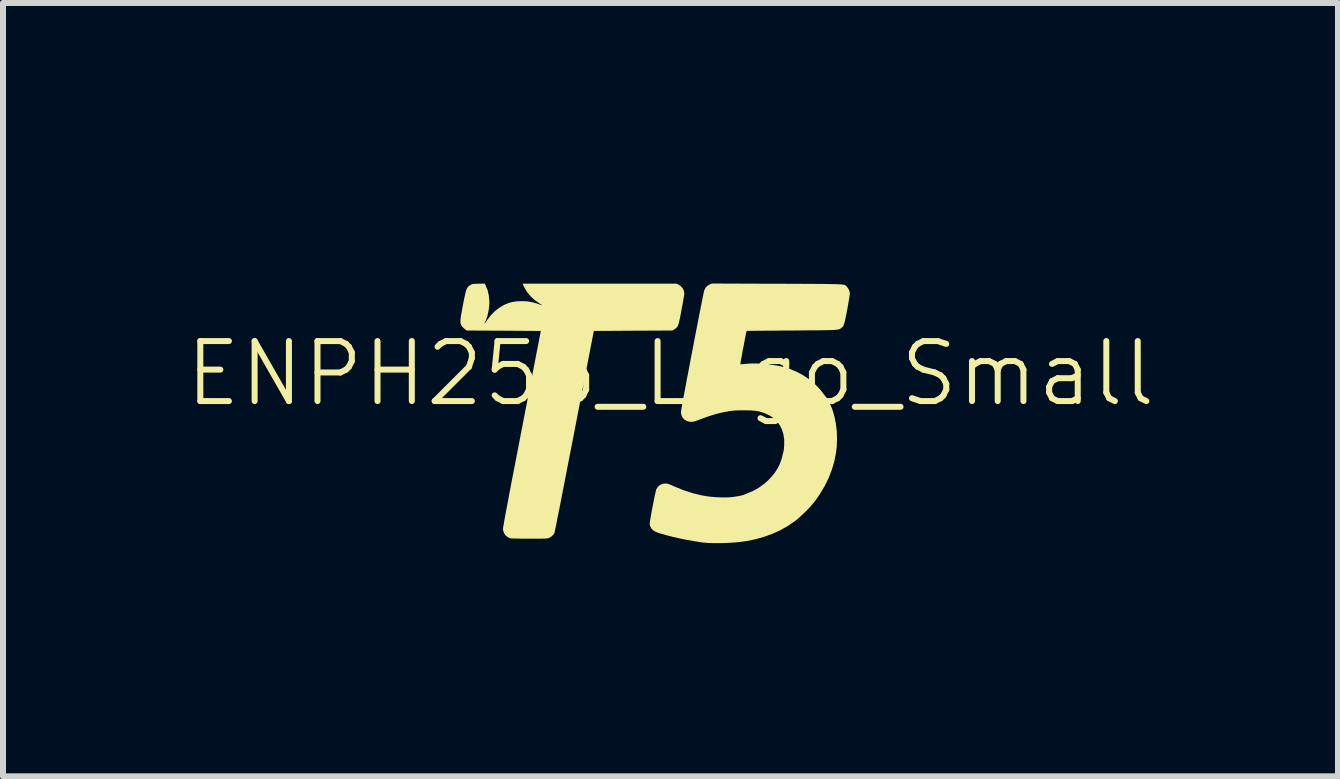
<source format=kicad_pcb>
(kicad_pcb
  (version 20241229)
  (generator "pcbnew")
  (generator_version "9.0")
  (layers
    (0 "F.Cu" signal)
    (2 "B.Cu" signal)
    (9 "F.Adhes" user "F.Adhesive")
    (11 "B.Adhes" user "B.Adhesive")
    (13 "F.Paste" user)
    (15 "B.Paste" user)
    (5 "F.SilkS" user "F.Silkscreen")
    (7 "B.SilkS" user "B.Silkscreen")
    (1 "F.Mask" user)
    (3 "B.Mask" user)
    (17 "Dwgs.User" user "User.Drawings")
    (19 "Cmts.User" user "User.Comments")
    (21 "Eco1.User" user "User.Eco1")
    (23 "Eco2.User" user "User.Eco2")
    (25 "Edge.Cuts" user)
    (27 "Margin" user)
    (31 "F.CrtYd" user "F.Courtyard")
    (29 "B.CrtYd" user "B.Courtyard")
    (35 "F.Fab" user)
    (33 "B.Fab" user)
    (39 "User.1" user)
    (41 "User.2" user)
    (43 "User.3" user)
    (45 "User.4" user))
  (footprint "ENPH253_Logo_Small"
    (layer "F.Cu")
    (at 8.121 3.675)
    (property "Reference" "ENPH253_Logo_Small" (at 0 -0.5 0) (unlocked yes) (layer "F.SilkS") (effects (font (size 1 1) (thickness 0.1))))
    (attr smd)
    (fp_poly (pts (xy -4.85 -3.29) (xy -4.855 -3.285) (xy -4.86 -3.29) (xy -4.855 -3.295)) (stroke (width 0) (type solid)) (fill yes) (layer "F.Mask"))
    (fp_poly (pts (xy -3.48 -3.67) (xy -3.485 -3.665) (xy -3.49 -3.67) (xy -3.485 -3.675)) (stroke (width 0) (type solid)) (fill yes) (layer "F.Mask"))
    (fp_poly (pts (xy -3.41 -2.31) (xy -3.413 -2.307) (xy -3.417 -2.31) (xy -3.413 -2.314)) (stroke (width 0) (type solid)) (fill yes) (layer "F.Mask"))
    (fp_poly (pts (xy -3.396 -2.303) (xy -3.399 -2.3) (xy -3.403 -2.303) (xy -3.399 -2.307)) (stroke (width 0) (type solid)) (fill yes) (layer "F.Mask"))
    (fp_poly (pts (xy -2.436 -2.569) (xy -2.44 -2.566) (xy -2.443 -2.569) (xy -2.44 -2.573)) (stroke (width 0) (type solid)) (fill yes) (layer "F.Mask"))
    (fp_poly (pts (xy 1.346 0.113) (xy 1.449 0.127) (xy 1.541 0.15) (xy 1.623 0.182) (xy 1.694 0.223) (xy 1.755 0.273) (xy 1.805 0.333) (xy 1.845 0.401) (xy 1.874 0.479) (xy 1.877 0.49) (xy 1.884 0.516) (xy 1.888 0.541) (xy 1.891 0.57) (xy 1.892 0.605) (xy 1.893 0.651) (xy 1.893 0.659) (xy 1.894 0.771) (xy 1.81 0.868) (xy 1.753 0.934) (xy 1.692 1.003) (xy 1.628 1.075) (xy 1.563 1.147) (xy 1.499 1.218) (xy 1.438 1.287) (xy 1.38 1.35) (xy 1.327 1.407) (xy 1.281 1.455) (xy 1.265 1.473) (xy 1.216 1.524) (xy 1.156 1.537) (xy 1.04 1.556) (xy 0.916 1.564) (xy 0.784 1.562) (xy 0.644 1.548) (xy 0.562 1.536) (xy 0.424 1.507) (xy 0.284 1.467) (xy 0.145 1.416) (xy 0.074 1.384) (xy 0.038 1.369) (xy 0.003 1.354) (xy -0.028 1.343) (xy -0.05 1.336) (xy -0.05 1.336) (xy -0.075 1.33) (xy -0.094 1.329) (xy -0.114 1.333) (xy -0.127 1.336) (xy -0.168 1.354) (xy -0.203 1.381) (xy -0.229 1.413) (xy -0.231 1.417) (xy -0.236 1.432) (xy -0.243 1.458) (xy -0.251 1.493) (xy -0.261 1.537) (xy -0.272 1.587) (xy -0.283 1.641) (xy -0.294 1.698) (xy -0.305 1.755) (xy -0.315 1.81) (xy -0.325 1.863) (xy -0.333 1.91) (xy -0.339 1.951) (xy -0.344 1.983) (xy -0.346 2.004) (xy -0.346 2.012) (xy -0.334 2.053) (xy -0.313 2.087) (xy -0.283 2.115) (xy -0.241 2.139) (xy -0.187 2.159) (xy -0.112 2.18) (xy -0.031 2.202) (xy 0.053 2.223) (xy 0.138 2.243) (xy 0.22 2.26) (xy 0.296 2.274) (xy 0.363 2.285) (xy 0.375 2.287) (xy 0.404 2.291) (xy 0.428 2.295) (xy 0.443 2.298) (xy 0.447 2.3) (xy 0.444 2.305) (xy 0.43 2.321) (xy 0.407 2.346) (xy 0.374 2.381) (xy 0.33 2.425) (xy 0.277 2.478) (xy 0.213 2.541) (xy 0.14 2.614) (xy 0.057 2.696) (xy -0.005 2.757) (xy -0.466 3.21) (xy -1.721 3.21) (xy -2.976 3.21) (xy -2.974 3.19) (xy -2.972 3.184) (xy -2.968 3.177) (xy -2.96 3.168) (xy -2.947 3.156) (xy -2.928 3.14) (xy -2.902 3.12) (xy -2.868 3.094) (xy -2.826 3.063) (xy -2.773 3.024) (xy -2.745 3.003) (xy -2.453 2.788) (xy -2.164 2.572) (xy -1.878 2.355) (xy -1.596 2.137) (xy -1.32 1.92) (xy -1.049 1.704) (xy -0.785 1.49) (xy -0.528 1.279) (xy -0.28 1.071) (xy -0.042 0.867) (xy 0.187 0.667) (xy 0.405 0.473) (xy 0.558 0.333) (xy 0.722 0.182) (xy 0.793 0.164) (xy 0.93 0.134) (xy 1.068 0.116) (xy 1.211 0.109) (xy 1.232 0.109)) (stroke (width 0) (type solid)) (fill yes) (layer "F.Mask"))
    (fp_poly (pts (xy 2.09 -3.203) (xy 2.264 -3.188) (xy 2.427 -3.167) (xy 2.577 -3.138) (xy 2.716 -3.102) (xy 2.844 -3.058) (xy 2.96 -3.007) (xy 3.065 -2.949) (xy 3.159 -2.883) (xy 3.242 -2.81) (xy 3.279 -2.771) (xy 3.343 -2.689) (xy 3.396 -2.599) (xy 3.439 -2.501) (xy 3.47 -2.396) (xy 3.491 -2.287) (xy 3.499 -2.173) (xy 3.498 -2.087) (xy 3.485 -1.955) (xy 3.462 -1.819) (xy 3.428 -1.677) (xy 3.382 -1.53) (xy 3.326 -1.378) (xy 3.258 -1.22) (xy 3.179 -1.056) (xy 3.088 -0.886) (xy 2.986 -0.709) (xy 2.872 -0.525) (xy 2.747 -0.335) (xy 2.694 -0.257) (xy 2.667 -0.218) (xy 2.642 -0.183) (xy 2.621 -0.153) (xy 2.605 -0.13) (xy 2.594 -0.116) (xy 2.591 -0.113) (xy 2.586 -0.117) (xy 2.574 -0.13) (xy 2.56 -0.149) (xy 2.557 -0.153) (xy 2.51 -0.216) (xy 2.453 -0.28) (xy 2.391 -0.34) (xy 2.385 -0.345) (xy 2.289 -0.422) (xy 2.184 -0.488) (xy 2.07 -0.545) (xy 1.948 -0.59) (xy 1.818 -0.625) (xy 1.68 -0.65) (xy 1.635 -0.655) (xy 1.604 -0.658) (xy 1.579 -0.661) (xy 1.562 -0.663) (xy 1.557 -0.664) (xy 1.561 -0.669) (xy 1.572 -0.684) (xy 1.59 -0.704) (xy 1.612 -0.73) (xy 1.625 -0.746) (xy 1.661 -0.788) (xy 1.7 -0.834) (xy 1.74 -0.882) (xy 1.78 -0.932) (xy 1.82 -0.982) (xy 1.859 -1.03) (xy 1.894 -1.076) (xy 1.926 -1.117) (xy 1.953 -1.153) (xy 1.974 -1.182) (xy 1.988 -1.203) (xy 1.993 -1.213) (xy 1.997 -1.215) (xy 2.006 -1.216) (xy 2.021 -1.218) (xy 2.044 -1.219) (xy 2.075 -1.22) (xy 2.116 -1.221) (xy 2.166 -1.221) (xy 2.229 -1.221) (xy 2.303 -1.222) (xy 2.376 -1.222) (xy 2.465 -1.222) (xy 2.54 -1.222) (xy 2.604 -1.222) (xy 2.657 -1.223) (xy 2.701 -1.224) (xy 2.737 -1.226) (xy 2.766 -1.229) (xy 2.788 -1.232) (xy 2.806 -1.236) (xy 2.82 -1.242) (xy 2.832 -1.249) (xy 2.842 -1.257) (xy 2.852 -1.266) (xy 2.859 -1.273) (xy 2.877 -1.294) (xy 2.891 -1.315) (xy 2.896 -1.327) (xy 2.9 -1.341) (xy 2.906 -1.367) (xy 2.913 -1.402) (xy 2.921 -1.445) (xy 2.931 -1.493) (xy 2.94 -1.545) (xy 2.95 -1.598) (xy 2.959 -1.65) (xy 2.968 -1.7) (xy 2.976 -1.746) (xy 2.982 -1.784) (xy 2.987 -1.814) (xy 2.989 -1.833) (xy 2.989 -1.837) (xy 2.984 -1.867) (xy 2.971 -1.9) (xy 2.952 -1.931) (xy 2.933 -1.953) (xy 2.921 -1.963) (xy 2.91 -1.971) (xy 2.898 -1.977) (xy 2.884 -1.982) (xy 2.866 -1.986) (xy 2.844 -1.988) (xy 2.814 -1.99) (xy 2.776 -1.991) (xy 2.729 -1.992) (xy 2.67 -1.992) (xy 2.605 -1.992) (xy 2.345 -1.992) (xy 2.345 -2.046) (xy 2.339 -2.121) (xy 2.319 -2.19) (xy 2.287 -2.255) (xy 2.242 -2.314) (xy 2.186 -2.367) (xy 2.118 -2.414) (xy 2.039 -2.453) (xy 2.027 -2.458) (xy 1.963 -2.481) (xy 1.894 -2.501) (xy 1.818 -2.517) (xy 1.736 -2.53) (xy 1.646 -2.54) (xy 1.548 -2.547) (xy 1.441 -2.55) (xy 1.325 -2.55) (xy 1.2 -2.547) (xy 1.064 -2.54) (xy 0.916 -2.53) (xy 0.758 -2.518) (xy 0.587 -2.501) (xy 0.403 -2.482) (xy 0.336 -2.474) (xy 0.085 -2.444) (xy -0.18 -2.41) (xy -0.456 -2.371) (xy -0.744 -2.329) (xy -1.044 -2.282) (xy -1.353 -2.231) (xy -1.673 -2.177) (xy -2.002 -2.119) (xy -2.34 -2.057) (xy -2.41 -2.044) (xy -2.441 -2.037) (xy -2.461 -2.031) (xy -2.47 -2.023) (xy -2.471 -2.013) (xy -2.465 -2) (xy -2.459 -1.989) (xy -2.449 -1.968) (xy -2.437 -1.943) (xy -2.433 -1.935) (xy -2.391 -1.864) (xy -2.336 -1.796) (xy -2.27 -1.733) (xy -2.193 -1.676) (xy -2.181 -1.668) (xy -2.159 -1.654) (xy -2.143 -1.643) (xy -2.137 -1.638) (xy -2.139 -1.638) (xy -2.203 -1.66) (xy -2.257 -1.677) (xy -2.305 -1.689) (xy -2.349 -1.698) (xy -2.391 -1.704) (xy -2.437 -1.706) (xy -2.482 -1.707) (xy -2.57 -1.703) (xy -2.65 -1.69) (xy -2.725 -1.666) (xy -2.798 -1.632) (xy -2.856 -1.597) (xy -2.891 -1.57) (xy -2.93 -1.535) (xy -2.97 -1.495) (xy -3.009 -1.452) (xy -3.042 -1.41) (xy -3.063 -1.38) (xy -3.08 -1.355) (xy -3.092 -1.338) (xy -3.099 -1.33) (xy -3.101 -1.333) (xy -3.095 -1.346) (xy -3.091 -1.356) (xy -3.078 -1.384) (xy -3.064 -1.421) (xy -3.051 -1.463) (xy -3.039 -1.506) (xy -3.029 -1.546) (xy -3.028 -1.553) (xy -3.022 -1.601) (xy -3.018 -1.657) (xy -3.018 -1.715) (xy -3.022 -1.769) (xy -3.028 -1.811) (xy -3.046 -1.885) (xy -3.073 -1.957) (xy -3.107 -2.023) (xy -3.139 -2.074) (xy -3.169 -2.11) (xy -3.208 -2.149) (xy -3.25 -2.19) (xy -3.294 -2.227) (xy -3.334 -2.258) (xy -3.338 -2.261) (xy -3.361 -2.277) (xy -3.377 -2.289) (xy -3.386 -2.296) (xy -3.387 -2.297) (xy -3.38 -2.296) (xy -3.363 -2.291) (xy -3.339 -2.283) (xy -3.326 -2.279) (xy -3.251 -2.257) (xy -3.173 -2.241) (xy -3.095 -2.231) (xy -3.019 -2.226) (xy -2.95 -2.228) (xy -2.895 -2.236) (xy -2.8 -2.262) (xy -2.714 -2.299) (xy -2.636 -2.348) (xy -2.566 -2.408) (xy -2.503 -2.479) (xy -2.482 -2.509) (xy -2.467 -2.531) (xy -2.454 -2.548) (xy -2.447 -2.556) (xy -2.446 -2.557) (xy -2.447 -2.55) (xy -2.451 -2.533) (xy -2.458 -2.508) (xy -2.461 -2.499) (xy -2.483 -2.419) (xy -2.496 -2.338) (xy -2.501 -2.253) (xy -2.502 -2.221) (xy -2.502 -2.186) (xy -2.501 -2.156) (xy -2.5 -2.134) (xy -2.499 -2.123) (xy -2.499 -2.122) (xy -2.492 -2.123) (xy -2.473 -2.13) (xy -2.446 -2.14) (xy -2.411 -2.153) (xy -2.371 -2.169) (xy -2.349 -2.178) (xy -2.056 -2.294) (xy -1.766 -2.403) (xy -1.479 -2.506) (xy -1.196 -2.603) (xy -0.916 -2.692) (xy -0.642 -2.776) (xy -0.372 -2.852) (xy -0.107 -2.921) (xy 0.151 -2.983) (xy 0.402 -3.038) (xy 0.647 -3.085) (xy 0.884 -3.125) (xy 1.112 -3.158) (xy 1.332 -3.182) (xy 1.542 -3.199) (xy 1.743 -3.208) (xy 1.934 -3.209)) (stroke (width 0) (type solid)) (fill yes) (layer "F.Mask"))
    (fp_poly (pts (xy -3.08 -1.97) (xy -3.047 -1.891) (xy -3.027 -1.804) (xy -3.018 -1.71) (xy -3.017 -1.687) (xy -3.021 -1.615) (xy -3.032 -1.541) (xy -3.048 -1.469) (xy -3.069 -1.404) (xy -3.088 -1.36) (xy -3.097 -1.342) (xy -3.098 -1.335) (xy -3.093 -1.338) (xy -3.083 -1.35) (xy -3.067 -1.372) (xy -3.053 -1.394) (xy -2.997 -1.468) (xy -2.932 -1.535) (xy -2.859 -1.593) (xy -2.781 -1.64) (xy -2.763 -1.649) (xy -2.698 -1.676) (xy -2.632 -1.694) (xy -2.563 -1.704) (xy -2.489 -1.707) (xy -2.433 -1.706) (xy -2.382 -1.703) (xy -2.332 -1.695) (xy -2.28 -1.683) (xy -2.223 -1.667) (xy -2.157 -1.644) (xy -2.139 -1.638) (xy -2.138 -1.639) (xy -2.147 -1.646) (xy -2.165 -1.658) (xy -2.177 -1.666) (xy -2.261 -1.725) (xy -2.331 -1.789) (xy -2.389 -1.859) (xy -2.434 -1.934) (xy -2.446 -1.959) (xy -2.464 -1.999) (xy -1.181 -1.999) (xy 0.102 -1.999) (xy 0.138 -1.981) (xy 0.175 -1.955) (xy 0.204 -1.92) (xy 0.224 -1.879) (xy 0.231 -1.836) (xy 0.231 -1.833) (xy 0.23 -1.821) (xy 0.226 -1.797) (xy 0.22 -1.762) (xy 0.213 -1.719) (xy 0.204 -1.669) (xy 0.194 -1.615) (xy 0.185 -1.566) (xy 0.172 -1.496) (xy 0.16 -1.437) (xy 0.15 -1.39) (xy 0.141 -1.352) (xy 0.132 -1.322) (xy 0.124 -1.299) (xy 0.114 -1.281) (xy 0.104 -1.268) (xy 0.091 -1.256) (xy 0.077 -1.246) (xy 0.067 -1.239) (xy 0.033 -1.218) (xy -0.622 -1.215) (xy -1.277 -1.211) (xy -1.6 0.46) (xy -1.629 0.611) (xy -1.658 0.758) (xy -1.686 0.902) (xy -1.713 1.04) (xy -1.739 1.174) (xy -1.763 1.301) (xy -1.787 1.422) (xy -1.809 1.536) (xy -1.83 1.642) (xy -1.849 1.74) (xy -1.867 1.829) (xy -1.883 1.908) (xy -1.896 1.978) (xy -1.908 2.037) (xy -1.918 2.084) (xy -1.925 2.119) (xy -1.93 2.142) (xy -1.932 2.152) (xy -1.932 2.153) (xy -1.949 2.18) (xy -1.974 2.206) (xy -2.004 2.228) (xy -2.028 2.24) (xy -2.038 2.243) (xy -2.051 2.245) (xy -2.067 2.247) (xy -2.09 2.248) (xy -2.118 2.249) (xy -2.156 2.25) (xy -2.202 2.25) (xy -2.26 2.25) (xy -2.329 2.25) (xy -2.355 2.25) (xy -2.419 2.25) (xy -2.479 2.25) (xy -2.533 2.249) (xy -2.58 2.248) (xy -2.619 2.247) (xy -2.647 2.246) (xy -2.664 2.245) (xy -2.667 2.244) (xy -2.713 2.224) (xy -2.749 2.194) (xy -2.774 2.155) (xy -2.789 2.109) (xy -2.791 2.094) (xy -2.79 2.087) (xy -2.789 2.073) (xy -2.786 2.053) (xy -2.781 2.026) (xy -2.775 1.991) (xy -2.768 1.948) (xy -2.759 1.897) (xy -2.748 1.837) (xy -2.735 1.768) (xy -2.72 1.69) (xy -2.703 1.601) (xy -2.685 1.502) (xy -2.664 1.393) (xy -2.641 1.272) (xy -2.615 1.139) (xy -2.587 0.995) (xy -2.557 0.838) (xy -2.524 0.669) (xy -2.489 0.486) (xy -2.477 0.424) (xy -2.16 -1.211) (xy -2.777 -1.215) (xy -3.394 -1.218) (xy -3.424 -1.239) (xy -3.447 -1.259) (xy -3.469 -1.282) (xy -3.476 -1.29) (xy -3.485 -1.305) (xy -3.492 -1.32) (xy -3.497 -1.337) (xy -3.499 -1.357) (xy -3.499 -1.383) (xy -3.497 -1.414) (xy -3.492 -1.453) (xy -3.484 -1.501) (xy -3.473 -1.56) (xy -3.46 -1.63) (xy -3.456 -1.652) (xy -3.442 -1.722) (xy -3.43 -1.78) (xy -3.42 -1.827) (xy -3.411 -1.864) (xy -3.402 -1.893) (xy -3.393 -1.916) (xy -3.383 -1.933) (xy -3.372 -1.947) (xy -3.359 -1.959) (xy -3.345 -1.969) (xy -3.336 -1.974) (xy -3.323 -1.982) (xy -3.31 -1.988) (xy -3.297 -1.992) (xy -3.279 -1.995) (xy -3.254 -1.996) (xy -3.22 -1.997) (xy -3.199 -1.998) (xy -3.095 -2)) (stroke (width 0) (type solid)) (fill yes) (layer "F.SilkS"))
    (fp_poly (pts (xy 1.775 -1.997) (xy 1.921 -1.997) (xy 2.054 -1.996) (xy 2.175 -1.996) (xy 2.283 -1.995) (xy 2.38 -1.995) (xy 2.466 -1.994) (xy 2.542 -1.994) (xy 2.609 -1.993) (xy 2.667 -1.992) (xy 2.717 -1.991) (xy 2.76 -1.99) (xy 2.796 -1.989) (xy 2.826 -1.987) (xy 2.85 -1.986) (xy 2.87 -1.984) (xy 2.885 -1.981) (xy 2.897 -1.978) (xy 2.906 -1.975) (xy 2.913 -1.972) (xy 2.919 -1.968) (xy 2.924 -1.964) (xy 2.929 -1.959) (xy 2.934 -1.953) (xy 2.936 -1.951) (xy 2.957 -1.926) (xy 2.974 -1.894) (xy 2.986 -1.86) (xy 2.989 -1.834) (xy 2.988 -1.821) (xy 2.984 -1.796) (xy 2.979 -1.76) (xy 2.971 -1.716) (xy 2.963 -1.666) (xy 2.953 -1.611) (xy 2.945 -1.567) (xy 2.932 -1.498) (xy 2.921 -1.442) (xy 2.911 -1.397) (xy 2.903 -1.361) (xy 2.895 -1.333) (xy 2.888 -1.311) (xy 2.88 -1.295) (xy 2.871 -1.282) (xy 2.861 -1.272) (xy 2.849 -1.262) (xy 2.847 -1.26) (xy 2.839 -1.255) (xy 2.832 -1.249) (xy 2.825 -1.245) (xy 2.817 -1.241) (xy 2.807 -1.238) (xy 2.794 -1.235) (xy 2.777 -1.232) (xy 2.756 -1.23) (xy 2.73 -1.228) (xy 2.698 -1.226) (xy 2.659 -1.225) (xy 2.613 -1.224) (xy 2.558 -1.223) (xy 2.494 -1.222) (xy 2.419 -1.221) (xy 2.334 -1.221) (xy 2.238 -1.22) (xy 2.128 -1.219) (xy 2.02 -1.218) (xy 1.919 -1.218) (xy 1.821 -1.217) (xy 1.729 -1.216) (xy 1.643 -1.216) (xy 1.563 -1.215) (xy 1.491 -1.214) (xy 1.427 -1.214) (xy 1.373 -1.213) (xy 1.329 -1.213) (xy 1.297 -1.212) (xy 1.276 -1.212) (xy 1.269 -1.212) (xy 1.269 -1.212) (xy 1.267 -1.204) (xy 1.262 -1.185) (xy 1.256 -1.155) (xy 1.249 -1.117) (xy 1.24 -1.073) (xy 1.231 -1.024) (xy 1.221 -0.971) (xy 1.21 -0.918) (xy 1.2 -0.865) (xy 1.191 -0.814) (xy 1.183 -0.768) (xy 1.175 -0.727) (xy 1.169 -0.694) (xy 1.166 -0.671) (xy 1.164 -0.659) (xy 1.164 -0.657) (xy 1.172 -0.657) (xy 1.191 -0.657) (xy 1.217 -0.659) (xy 1.235 -0.661) (xy 1.327 -0.668) (xy 1.428 -0.669) (xy 1.534 -0.664) (xy 1.642 -0.654) (xy 1.747 -0.639) (xy 1.845 -0.62) (xy 1.866 -0.615) (xy 1.988 -0.578) (xy 2.105 -0.529) (xy 2.215 -0.47) (xy 2.317 -0.401) (xy 2.41 -0.323) (xy 2.493 -0.236) (xy 2.534 -0.184) (xy 2.554 -0.157) (xy 2.574 -0.132) (xy 2.589 -0.113) (xy 2.595 -0.105) (xy 2.608 -0.087) (xy 2.625 -0.058) (xy 2.643 -0.023) (xy 2.662 0.016) (xy 2.68 0.054) (xy 2.694 0.09) (xy 2.698 0.1) (xy 2.732 0.213) (xy 2.756 0.333) (xy 2.771 0.46) (xy 2.775 0.589) (xy 2.77 0.72) (xy 2.755 0.84) (xy 2.727 0.974) (xy 2.686 1.108) (xy 2.634 1.242) (xy 2.57 1.372) (xy 2.495 1.499) (xy 2.412 1.619) (xy 2.383 1.656) (xy 2.348 1.697) (xy 2.305 1.744) (xy 2.257 1.793) (xy 2.207 1.841) (xy 2.158 1.887) (xy 2.113 1.927) (xy 2.081 1.952) (xy 1.963 2.034) (xy 1.837 2.106) (xy 1.703 2.167) (xy 1.561 2.219) (xy 1.409 2.261) (xy 1.27 2.289) (xy 1.19 2.301) (xy 1.1 2.311) (xy 1.003 2.318) (xy 0.903 2.323) (xy 0.805 2.325) (xy 0.71 2.325) (xy 0.624 2.321) (xy 0.613 2.32) (xy 0.575 2.317) (xy 0.538 2.314) (xy 0.508 2.31) (xy 0.487 2.307) (xy 0.487 2.307) (xy 0.464 2.303) (xy 0.433 2.297) (xy 0.398 2.292) (xy 0.382 2.289) (xy 0.276 2.271) (xy 0.163 2.248) (xy 0.047 2.222) (xy -0.066 2.193) (xy -0.172 2.163) (xy -0.187 2.158) (xy -0.241 2.139) (xy -0.283 2.115) (xy -0.313 2.087) (xy -0.334 2.052) (xy -0.346 2.011) (xy -0.346 1.999) (xy -0.343 1.974) (xy -0.338 1.94) (xy -0.331 1.897) (xy -0.322 1.848) (xy -0.313 1.795) (xy -0.302 1.739) (xy -0.291 1.682) (xy -0.28 1.626) (xy -0.27 1.574) (xy -0.26 1.526) (xy -0.25 1.485) (xy -0.243 1.452) (xy -0.236 1.43) (xy -0.233 1.422) (xy -0.206 1.382) (xy -0.17 1.353) (xy -0.127 1.336) (xy -0.088 1.331) (xy -0.07 1.332) (xy -0.053 1.334) (xy -0.033 1.339) (xy -0.01 1.348) (xy 0.022 1.361) (xy 0.053 1.375) (xy 0.21 1.44) (xy 0.365 1.491) (xy 0.519 1.528) (xy 0.607 1.544) (xy 0.677 1.552) (xy 0.753 1.558) (xy 0.83 1.562) (xy 0.905 1.563) (xy 0.972 1.561) (xy 1.015 1.558) (xy 1.055 1.554) (xy 1.096 1.547) (xy 1.136 1.541) (xy 1.172 1.533) (xy 1.201 1.526) (xy 1.221 1.52) (xy 1.228 1.517) (xy 1.238 1.512) (xy 1.257 1.504) (xy 1.281 1.495) (xy 1.381 1.453) (xy 1.477 1.398) (xy 1.567 1.332) (xy 1.624 1.282) (xy 1.69 1.212) (xy 1.744 1.143) (xy 1.79 1.07) (xy 1.807 1.037) (xy 1.819 1.01) (xy 1.83 0.983) (xy 1.84 0.955) (xy 1.851 0.922) (xy 1.862 0.882) (xy 1.874 0.833) (xy 1.884 0.795) (xy 1.888 0.774) (xy 1.891 0.744) (xy 1.894 0.71) (xy 1.895 0.693) (xy 1.895 0.599) (xy 1.882 0.512) (xy 1.858 0.433) (xy 1.823 0.362) (xy 1.777 0.298) (xy 1.721 0.244) (xy 1.653 0.198) (xy 1.576 0.162) (xy 1.555 0.154) (xy 1.515 0.141) (xy 1.479 0.131) (xy 1.444 0.124) (xy 1.407 0.119) (xy 1.366 0.115) (xy 1.318 0.113) (xy 1.26 0.112) (xy 1.222 0.112) (xy 1.166 0.112) (xy 1.121 0.113) (xy 1.084 0.114) (xy 1.052 0.116) (xy 1.022 0.12) (xy 0.991 0.124) (xy 0.955 0.13) (xy 0.945 0.132) (xy 0.88 0.144) (xy 0.817 0.158) (xy 0.755 0.174) (xy 0.69 0.194) (xy 0.619 0.217) (xy 0.539 0.246) (xy 0.508 0.257) (xy 0.474 0.27) (xy 0.444 0.281) (xy 0.419 0.29) (xy 0.406 0.295) (xy 0.365 0.303) (xy 0.321 0.302) (xy 0.279 0.292) (xy 0.269 0.288) (xy 0.228 0.262) (xy 0.199 0.228) (xy 0.181 0.186) (xy 0.175 0.139) (xy 0.176 0.127) (xy 0.18 0.103) (xy 0.186 0.067) (xy 0.195 0.02) (xy 0.205 -0.037) (xy 0.217 -0.103) (xy 0.231 -0.177) (xy 0.246 -0.258) (xy 0.262 -0.345) (xy 0.279 -0.437) (xy 0.298 -0.533) (xy 0.317 -0.633) (xy 0.336 -0.734) (xy 0.356 -0.838) (xy 0.376 -0.941) (xy 0.395 -1.044) (xy 0.415 -1.145) (xy 0.434 -1.244) (xy 0.453 -1.34) (xy 0.47 -1.431) (xy 0.487 -1.516) (xy 0.503 -1.596) (xy 0.517 -1.668) (xy 0.53 -1.732) (xy 0.541 -1.786) (xy 0.55 -1.831) (xy 0.558 -1.864) (xy 0.562 -1.885) (xy 0.565 -1.893) (xy 0.587 -1.934) (xy 0.62 -1.966) (xy 0.653 -1.985) (xy 0.69 -2.001)) (stroke (width 0) (type solid)) (fill yes) (layer "F.SilkS")))
  (gr_rect
    (start -3 -3)
    (end 19.243 9.885)
    (stroke (width 0.1) (type default))
    (fill no)
    (layer "Edge.Cuts")))
</source>
